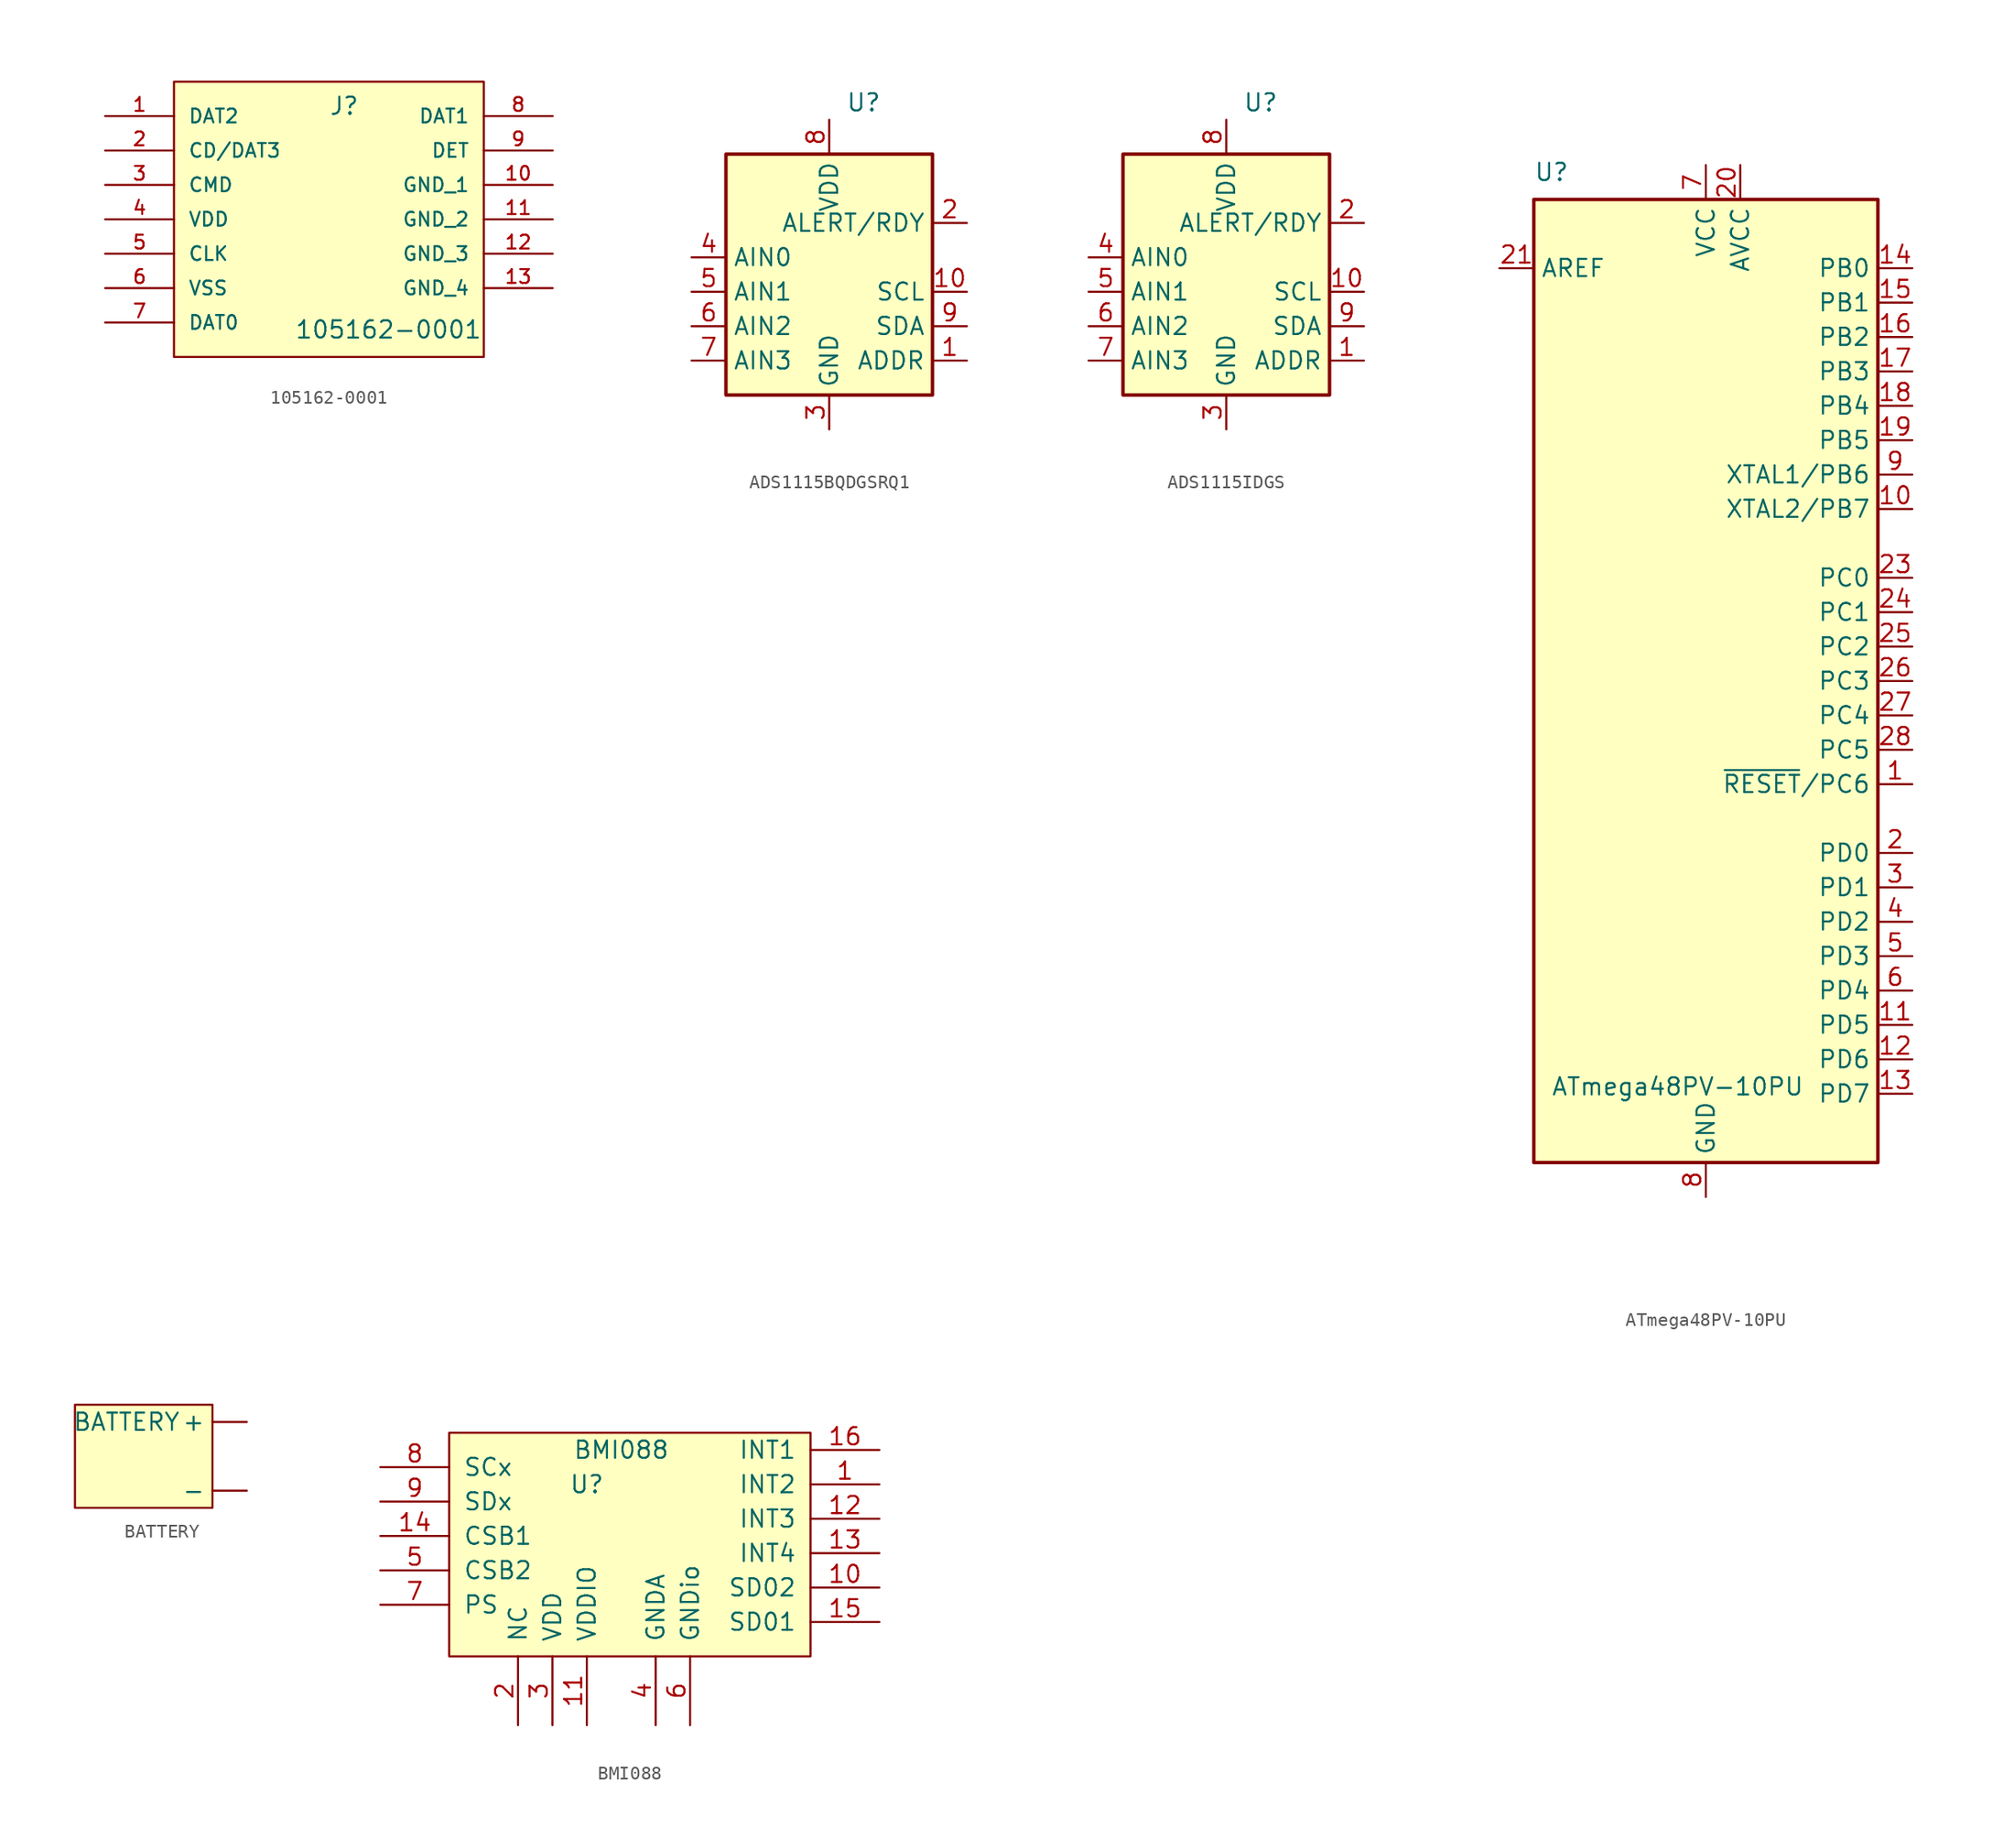
<source format=kicad_sym>
(kicad_symbol_lib
  (version 20211014)
  (generator kicad_symbol_editor)
  (symbol "105162-0001"
    (pin_names
      (offset 1.016))
    (property "Reference" "J"
      (at 16.51 0 0)
      (effects (font (size 1.27 1.27)) (justify left bottom)))
    (property "Value" "105162-0001"
      (at 13.97 -16.51 0)
      (effects (font (size 1.27 1.27)) (justify left bottom)))
    (symbol "105162-0001_0_0"
      (pin bidirectional line (at 0 0 0) (length 5.08) (name "DAT2" (effects (font (size 1.016 1.016)))) (number "1" (effects (font (size 1.016 1.016)))))
      (pin bidirectional line (at 33.02 -5.08 180) (length 5.08) (name "GND_1" (effects (font (size 1.016 1.016)))) (number "10" (effects (font (size 1.016 1.016)))))
      (pin bidirectional line (at 33.02 -7.62 180) (length 5.08) (name "GND_2" (effects (font (size 1.016 1.016)))) (number "11" (effects (font (size 1.016 1.016)))))
      (pin bidirectional line (at 33.02 -10.16 180) (length 5.08) (name "GND_3" (effects (font (size 1.016 1.016)))) (number "12" (effects (font (size 1.016 1.016)))))
      (pin bidirectional line (at 33.02 -12.7 180) (length 5.08) (name "GND_4" (effects (font (size 1.016 1.016)))) (number "13" (effects (font (size 1.016 1.016)))))
      (pin bidirectional line (at 0 -2.54 0) (length 5.08) (name "CD/DAT3" (effects (font (size 1.016 1.016)))) (number "2" (effects (font (size 1.016 1.016)))))
      (pin bidirectional line (at 0 -5.08 0) (length 5.08) (name "CMD" (effects (font (size 1.016 1.016)))) (number "3" (effects (font (size 1.016 1.016)))))
      (pin bidirectional line (at 0 -7.62 0) (length 5.08) (name "VDD" (effects (font (size 1.016 1.016)))) (number "4" (effects (font (size 1.016 1.016)))))
      (pin bidirectional line (at 0 -10.16 0) (length 5.08) (name "CLK" (effects (font (size 1.016 1.016)))) (number "5" (effects (font (size 1.016 1.016)))))
      (pin bidirectional line (at 0 -12.7 0) (length 5.08) (name "VSS" (effects (font (size 1.016 1.016)))) (number "6" (effects (font (size 1.016 1.016)))))
      (pin bidirectional line (at 0 -15.24 0) (length 5.08) (name "DAT0" (effects (font (size 1.016 1.016)))) (number "7" (effects (font (size 1.016 1.016)))))
      (pin bidirectional line (at 33.02 0 180) (length 5.08) (name "DAT1" (effects (font (size 1.016 1.016)))) (number "8" (effects (font (size 1.016 1.016)))))
      (pin bidirectional line (at 33.02 -2.54 180) (length 5.08) (name "DET" (effects (font (size 1.016 1.016)))) (number "9" (effects (font (size 1.016 1.016))))))
    (symbol "105162-0001_0_1"
      (rectangle (start 5.08 2.54) (end 27.94 -17.78) (stroke (width 0) (type default) (color 0 0 0 0)) (fill (type background)))))
  (symbol "ADS1115BQDGSRQ1"
    (property "Reference" "U"
      (at 2.54 13.97 0)
      (effects (font (size 1.27 1.27))))
    (symbol "ADS1115BQDGSRQ1_0_1"
      (rectangle (start -7.62 10.16) (end 7.62 -7.62) (stroke (width 0.254) (type default) (color 0 0 0 0)) (fill (type background))))
    (symbol "ADS1115BQDGSRQ1_1_1"
      (pin input line (at 10.16 -5.08 180) (length 2.54) (name "ADDR" (effects (font (size 1.27 1.27)))) (number "1" (effects (font (size 1.27 1.27)))))
      (pin input line (at 10.16 0 180) (length 2.54) (name "SCL" (effects (font (size 1.27 1.27)))) (number "10" (effects (font (size 1.27 1.27)))))
      (pin output line (at 10.16 5.08 180) (length 2.54) (name "ALERT/RDY" (effects (font (size 1.27 1.27)))) (number "2" (effects (font (size 1.27 1.27)))))
      (pin power_in line (at 0 -10.16 90) (length 2.54) (name "GND" (effects (font (size 1.27 1.27)))) (number "3" (effects (font (size 1.27 1.27)))))
      (pin input line (at -10.16 2.54 0) (length 2.54) (name "AIN0" (effects (font (size 1.27 1.27)))) (number "4" (effects (font (size 1.27 1.27)))))
      (pin input line (at -10.16 0 0) (length 2.54) (name "AIN1" (effects (font (size 1.27 1.27)))) (number "5" (effects (font (size 1.27 1.27)))))
      (pin input line (at -10.16 -2.54 0) (length 2.54) (name "AIN2" (effects (font (size 1.27 1.27)))) (number "6" (effects (font (size 1.27 1.27)))))
      (pin input line (at -10.16 -5.08 0) (length 2.54) (name "AIN3" (effects (font (size 1.27 1.27)))) (number "7" (effects (font (size 1.27 1.27)))))
      (pin power_in line (at 0 12.7 270) (length 2.54) (name "VDD" (effects (font (size 1.27 1.27)))) (number "8" (effects (font (size 1.27 1.27)))))
      (pin bidirectional line (at 10.16 -2.54 180) (length 2.54) (name "SDA" (effects (font (size 1.27 1.27)))) (number "9" (effects (font (size 1.27 1.27)))))))
  (symbol "ADS1115IDGS"
    (property "Reference" "U"
      (at 2.54 13.97 0)
      (effects (font (size 1.27 1.27))))
    (symbol "ADS1115IDGS_0_1"
      (rectangle (start -7.62 10.16) (end 7.62 -7.62) (stroke (width 0.254) (type default) (color 0 0 0 0)) (fill (type background))))
    (symbol "ADS1115IDGS_1_1"
      (pin input line (at 10.16 -5.08 180) (length 2.54) (name "ADDR" (effects (font (size 1.27 1.27)))) (number "1" (effects (font (size 1.27 1.27)))))
      (pin input line (at 10.16 0 180) (length 2.54) (name "SCL" (effects (font (size 1.27 1.27)))) (number "10" (effects (font (size 1.27 1.27)))))
      (pin output line (at 10.16 5.08 180) (length 2.54) (name "ALERT/RDY" (effects (font (size 1.27 1.27)))) (number "2" (effects (font (size 1.27 1.27)))))
      (pin power_in line (at 0 -10.16 90) (length 2.54) (name "GND" (effects (font (size 1.27 1.27)))) (number "3" (effects (font (size 1.27 1.27)))))
      (pin input line (at -10.16 2.54 0) (length 2.54) (name "AIN0" (effects (font (size 1.27 1.27)))) (number "4" (effects (font (size 1.27 1.27)))))
      (pin input line (at -10.16 0 0) (length 2.54) (name "AIN1" (effects (font (size 1.27 1.27)))) (number "5" (effects (font (size 1.27 1.27)))))
      (pin input line (at -10.16 -2.54 0) (length 2.54) (name "AIN2" (effects (font (size 1.27 1.27)))) (number "6" (effects (font (size 1.27 1.27)))))
      (pin input line (at -10.16 -5.08 0) (length 2.54) (name "AIN3" (effects (font (size 1.27 1.27)))) (number "7" (effects (font (size 1.27 1.27)))))
      (pin power_in line (at 0 12.7 270) (length 2.54) (name "VDD" (effects (font (size 1.27 1.27)))) (number "8" (effects (font (size 1.27 1.27)))))
      (pin bidirectional line (at 10.16 -2.54 180) (length 2.54) (name "SDA" (effects (font (size 1.27 1.27)))) (number "9" (effects (font (size 1.27 1.27)))))))
  (symbol "ATmega48PV-10PU"
    (property "Reference" "U"
      (at -12.7 36.83 0)
      (effects (font (size 1.27 1.27)) (justify left bottom)))
    (property "Value" "ATmega48PV-10PU"
      (at -11.43 -29.21 0)
      (effects (font (size 1.27 1.27)) (justify left top)))
    (symbol "ATmega48PV-10PU_0_1"
      (rectangle (start -12.7 -35.56) (end 12.7 35.56) (stroke (width 0.254) (type default) (color 0 0 0 0)) (fill (type background))))
    (symbol "ATmega48PV-10PU_1_1"
      (pin bidirectional line (at 15.24 -7.62 180) (length 2.54) (name "~{RESET}/PC6" (effects (font (size 1.27 1.27)))) (number "1" (effects (font (size 1.27 1.27)))))
      (pin bidirectional line (at 15.24 12.7 180) (length 2.54) (name "XTAL2/PB7" (effects (font (size 1.27 1.27)))) (number "10" (effects (font (size 1.27 1.27)))))
      (pin bidirectional line (at 15.24 -25.4 180) (length 2.54) (name "PD5" (effects (font (size 1.27 1.27)))) (number "11" (effects (font (size 1.27 1.27)))))
      (pin bidirectional line (at 15.24 -27.94 180) (length 2.54) (name "PD6" (effects (font (size 1.27 1.27)))) (number "12" (effects (font (size 1.27 1.27)))))
      (pin bidirectional line (at 15.24 -30.48 180) (length 2.54) (name "PD7" (effects (font (size 1.27 1.27)))) (number "13" (effects (font (size 1.27 1.27)))))
      (pin bidirectional line (at 15.24 30.48 180) (length 2.54) (name "PB0" (effects (font (size 1.27 1.27)))) (number "14" (effects (font (size 1.27 1.27)))))
      (pin bidirectional line (at 15.24 27.94 180) (length 2.54) (name "PB1" (effects (font (size 1.27 1.27)))) (number "15" (effects (font (size 1.27 1.27)))))
      (pin bidirectional line (at 15.24 25.4 180) (length 2.54) (name "PB2" (effects (font (size 1.27 1.27)))) (number "16" (effects (font (size 1.27 1.27)))))
      (pin bidirectional line (at 15.24 22.86 180) (length 2.54) (name "PB3" (effects (font (size 1.27 1.27)))) (number "17" (effects (font (size 1.27 1.27)))))
      (pin bidirectional line (at 15.24 20.32 180) (length 2.54) (name "PB4" (effects (font (size 1.27 1.27)))) (number "18" (effects (font (size 1.27 1.27)))))
      (pin bidirectional line (at 15.24 17.78 180) (length 2.54) (name "PB5" (effects (font (size 1.27 1.27)))) (number "19" (effects (font (size 1.27 1.27)))))
      (pin bidirectional line (at 15.24 -12.7 180) (length 2.54) (name "PD0" (effects (font (size 1.27 1.27)))) (number "2" (effects (font (size 1.27 1.27)))))
      (pin power_in line (at 2.54 38.1 270) (length 2.54) (name "AVCC" (effects (font (size 1.27 1.27)))) (number "20" (effects (font (size 1.27 1.27)))))
      (pin passive line (at -15.24 30.48 0) (length 2.54) (name "AREF" (effects (font (size 1.27 1.27)))) (number "21" (effects (font (size 1.27 1.27)))))
      (pin passive line (at 0 -38.1 90) (length 2.54) hide (name "GND" (effects (font (size 1.27 1.27)))) (number "22" (effects (font (size 1.27 1.27)))))
      (pin bidirectional line (at 15.24 7.62 180) (length 2.54) (name "PC0" (effects (font (size 1.27 1.27)))) (number "23" (effects (font (size 1.27 1.27)))))
      (pin bidirectional line (at 15.24 5.08 180) (length 2.54) (name "PC1" (effects (font (size 1.27 1.27)))) (number "24" (effects (font (size 1.27 1.27)))))
      (pin bidirectional line (at 15.24 2.54 180) (length 2.54) (name "PC2" (effects (font (size 1.27 1.27)))) (number "25" (effects (font (size 1.27 1.27)))))
      (pin bidirectional line (at 15.24 0 180) (length 2.54) (name "PC3" (effects (font (size 1.27 1.27)))) (number "26" (effects (font (size 1.27 1.27)))))
      (pin bidirectional line (at 15.24 -2.54 180) (length 2.54) (name "PC4" (effects (font (size 1.27 1.27)))) (number "27" (effects (font (size 1.27 1.27)))))
      (pin bidirectional line (at 15.24 -5.08 180) (length 2.54) (name "PC5" (effects (font (size 1.27 1.27)))) (number "28" (effects (font (size 1.27 1.27)))))
      (pin bidirectional line (at 15.24 -15.24 180) (length 2.54) (name "PD1" (effects (font (size 1.27 1.27)))) (number "3" (effects (font (size 1.27 1.27)))))
      (pin bidirectional line (at 15.24 -17.78 180) (length 2.54) (name "PD2" (effects (font (size 1.27 1.27)))) (number "4" (effects (font (size 1.27 1.27)))))
      (pin bidirectional line (at 15.24 -20.32 180) (length 2.54) (name "PD3" (effects (font (size 1.27 1.27)))) (number "5" (effects (font (size 1.27 1.27)))))
      (pin bidirectional line (at 15.24 -22.86 180) (length 2.54) (name "PD4" (effects (font (size 1.27 1.27)))) (number "6" (effects (font (size 1.27 1.27)))))
      (pin power_in line (at 0 38.1 270) (length 2.54) (name "VCC" (effects (font (size 1.27 1.27)))) (number "7" (effects (font (size 1.27 1.27)))))
      (pin power_in line (at 0 -38.1 90) (length 2.54) (name "GND" (effects (font (size 1.27 1.27)))) (number "8" (effects (font (size 1.27 1.27)))))
      (pin bidirectional line (at 15.24 15.24 180) (length 2.54) (name "XTAL1/PB6" (effects (font (size 1.27 1.27)))) (number "9" (effects (font (size 1.27 1.27)))))))
  (symbol "BATTERY"
    (property "Reference" "U"
      (at 0 -3.81 0)
      (effects (font (size 1.27 1.27)) hide))
    (property "Value" "BATTERY"
      (at 0 0 0)
      (effects (font (size 1.27 1.27))))
    (symbol "BATTERY_0_1"
      (rectangle (start 6.35 -6.35) (end -3.81 1.27) (stroke (width 0) (type default) (color 0 0 0 0)) (fill (type background))))
    (symbol "BATTERY_1_1"
      (pin input line (at 8.89 0 180) (length 2.54) (name "+" (effects (font (size 1.27 1.27)))) (number "" (effects (font (size 1.27 1.27)))))
      (pin input line (at 8.89 -5.08 180) (length 2.54) (name "-" (effects (font (size 1.27 1.27)))) (number "" (effects (font (size 1.27 1.27)))))))
  (symbol "BMI088"
    (pin_names
      (offset 1.016))
    (property "Reference" "U"
      (at -17.78 1.27 0)
      (effects (font (size 1.27 1.27))))
    (property "Value" "BMI088"
      (at -15.24 3.81 0)
      (effects (font (size 1.27 1.27))))
    (symbol "BMI088_0_1"
      (rectangle (start -27.94 5.08) (end -1.27 -11.43) (stroke (width 0) (type default) (color 0 0 0 0)) (fill (type background))))
    (symbol "BMI088_1_1"
      (pin output line (at 3.81 1.27 180) (length 5.08) (name "INT2" (effects (font (size 1.27 1.27)))) (number "1" (effects (font (size 1.27 1.27)))))
      (pin input line (at 3.81 -6.35 180) (length 5.08) (name "SD02" (effects (font (size 1.27 1.27)))) (number "10" (effects (font (size 1.27 1.27)))))
      (pin power_in line (at -17.78 -16.51 90) (length 5.08) (name "VDDIO" (effects (font (size 1.27 1.27)))) (number "11" (effects (font (size 1.27 1.27)))))
      (pin output line (at 3.81 -1.27 180) (length 5.08) (name "INT3" (effects (font (size 1.27 1.27)))) (number "12" (effects (font (size 1.27 1.27)))))
      (pin output line (at 3.81 -3.81 180) (length 5.08) (name "INT4" (effects (font (size 1.27 1.27)))) (number "13" (effects (font (size 1.27 1.27)))))
      (pin input line (at -33.02 -2.54 0) (length 5.08) (name "CSB1" (effects (font (size 1.27 1.27)))) (number "14" (effects (font (size 1.27 1.27)))))
      (pin input line (at 3.81 -8.89 180) (length 5.08) (name "SD01" (effects (font (size 1.27 1.27)))) (number "15" (effects (font (size 1.27 1.27)))))
      (pin output line (at 3.81 3.81 180) (length 5.08) (name "INT1" (effects (font (size 1.27 1.27)))) (number "16" (effects (font (size 1.27 1.27)))))
      (pin input line (at -22.86 -16.51 90) (length 5.08) (name "NC" (effects (font (size 1.27 1.27)))) (number "2" (effects (font (size 1.27 1.27)))))
      (pin power_in line (at -20.32 -16.51 90) (length 5.08) (name "VDD" (effects (font (size 1.27 1.27)))) (number "3" (effects (font (size 1.27 1.27)))))
      (pin power_in line (at -12.7 -16.51 90) (length 5.08) (name "GNDA" (effects (font (size 1.27 1.27)))) (number "4" (effects (font (size 1.27 1.27)))))
      (pin output line (at -33.02 -5.08 0) (length 5.08) (name "CSB2" (effects (font (size 1.27 1.27)))) (number "5" (effects (font (size 1.27 1.27)))))
      (pin power_in line (at -10.16 -16.51 90) (length 5.08) (name "GNDio" (effects (font (size 1.27 1.27)))) (number "6" (effects (font (size 1.27 1.27)))))
      (pin input line (at -33.02 -7.62 0) (length 5.08) (name "PS" (effects (font (size 1.27 1.27)))) (number "7" (effects (font (size 1.27 1.27)))))
      (pin input line (at -33.02 2.54 0) (length 5.08) (name "SCx" (effects (font (size 1.27 1.27)))) (number "8" (effects (font (size 1.27 1.27)))))
      (pin input line (at -33.02 0 0) (length 5.08) (name "SDx" (effects (font (size 1.27 1.27)))) (number "9" (effects (font (size 1.27 1.27))))))))
</source>
